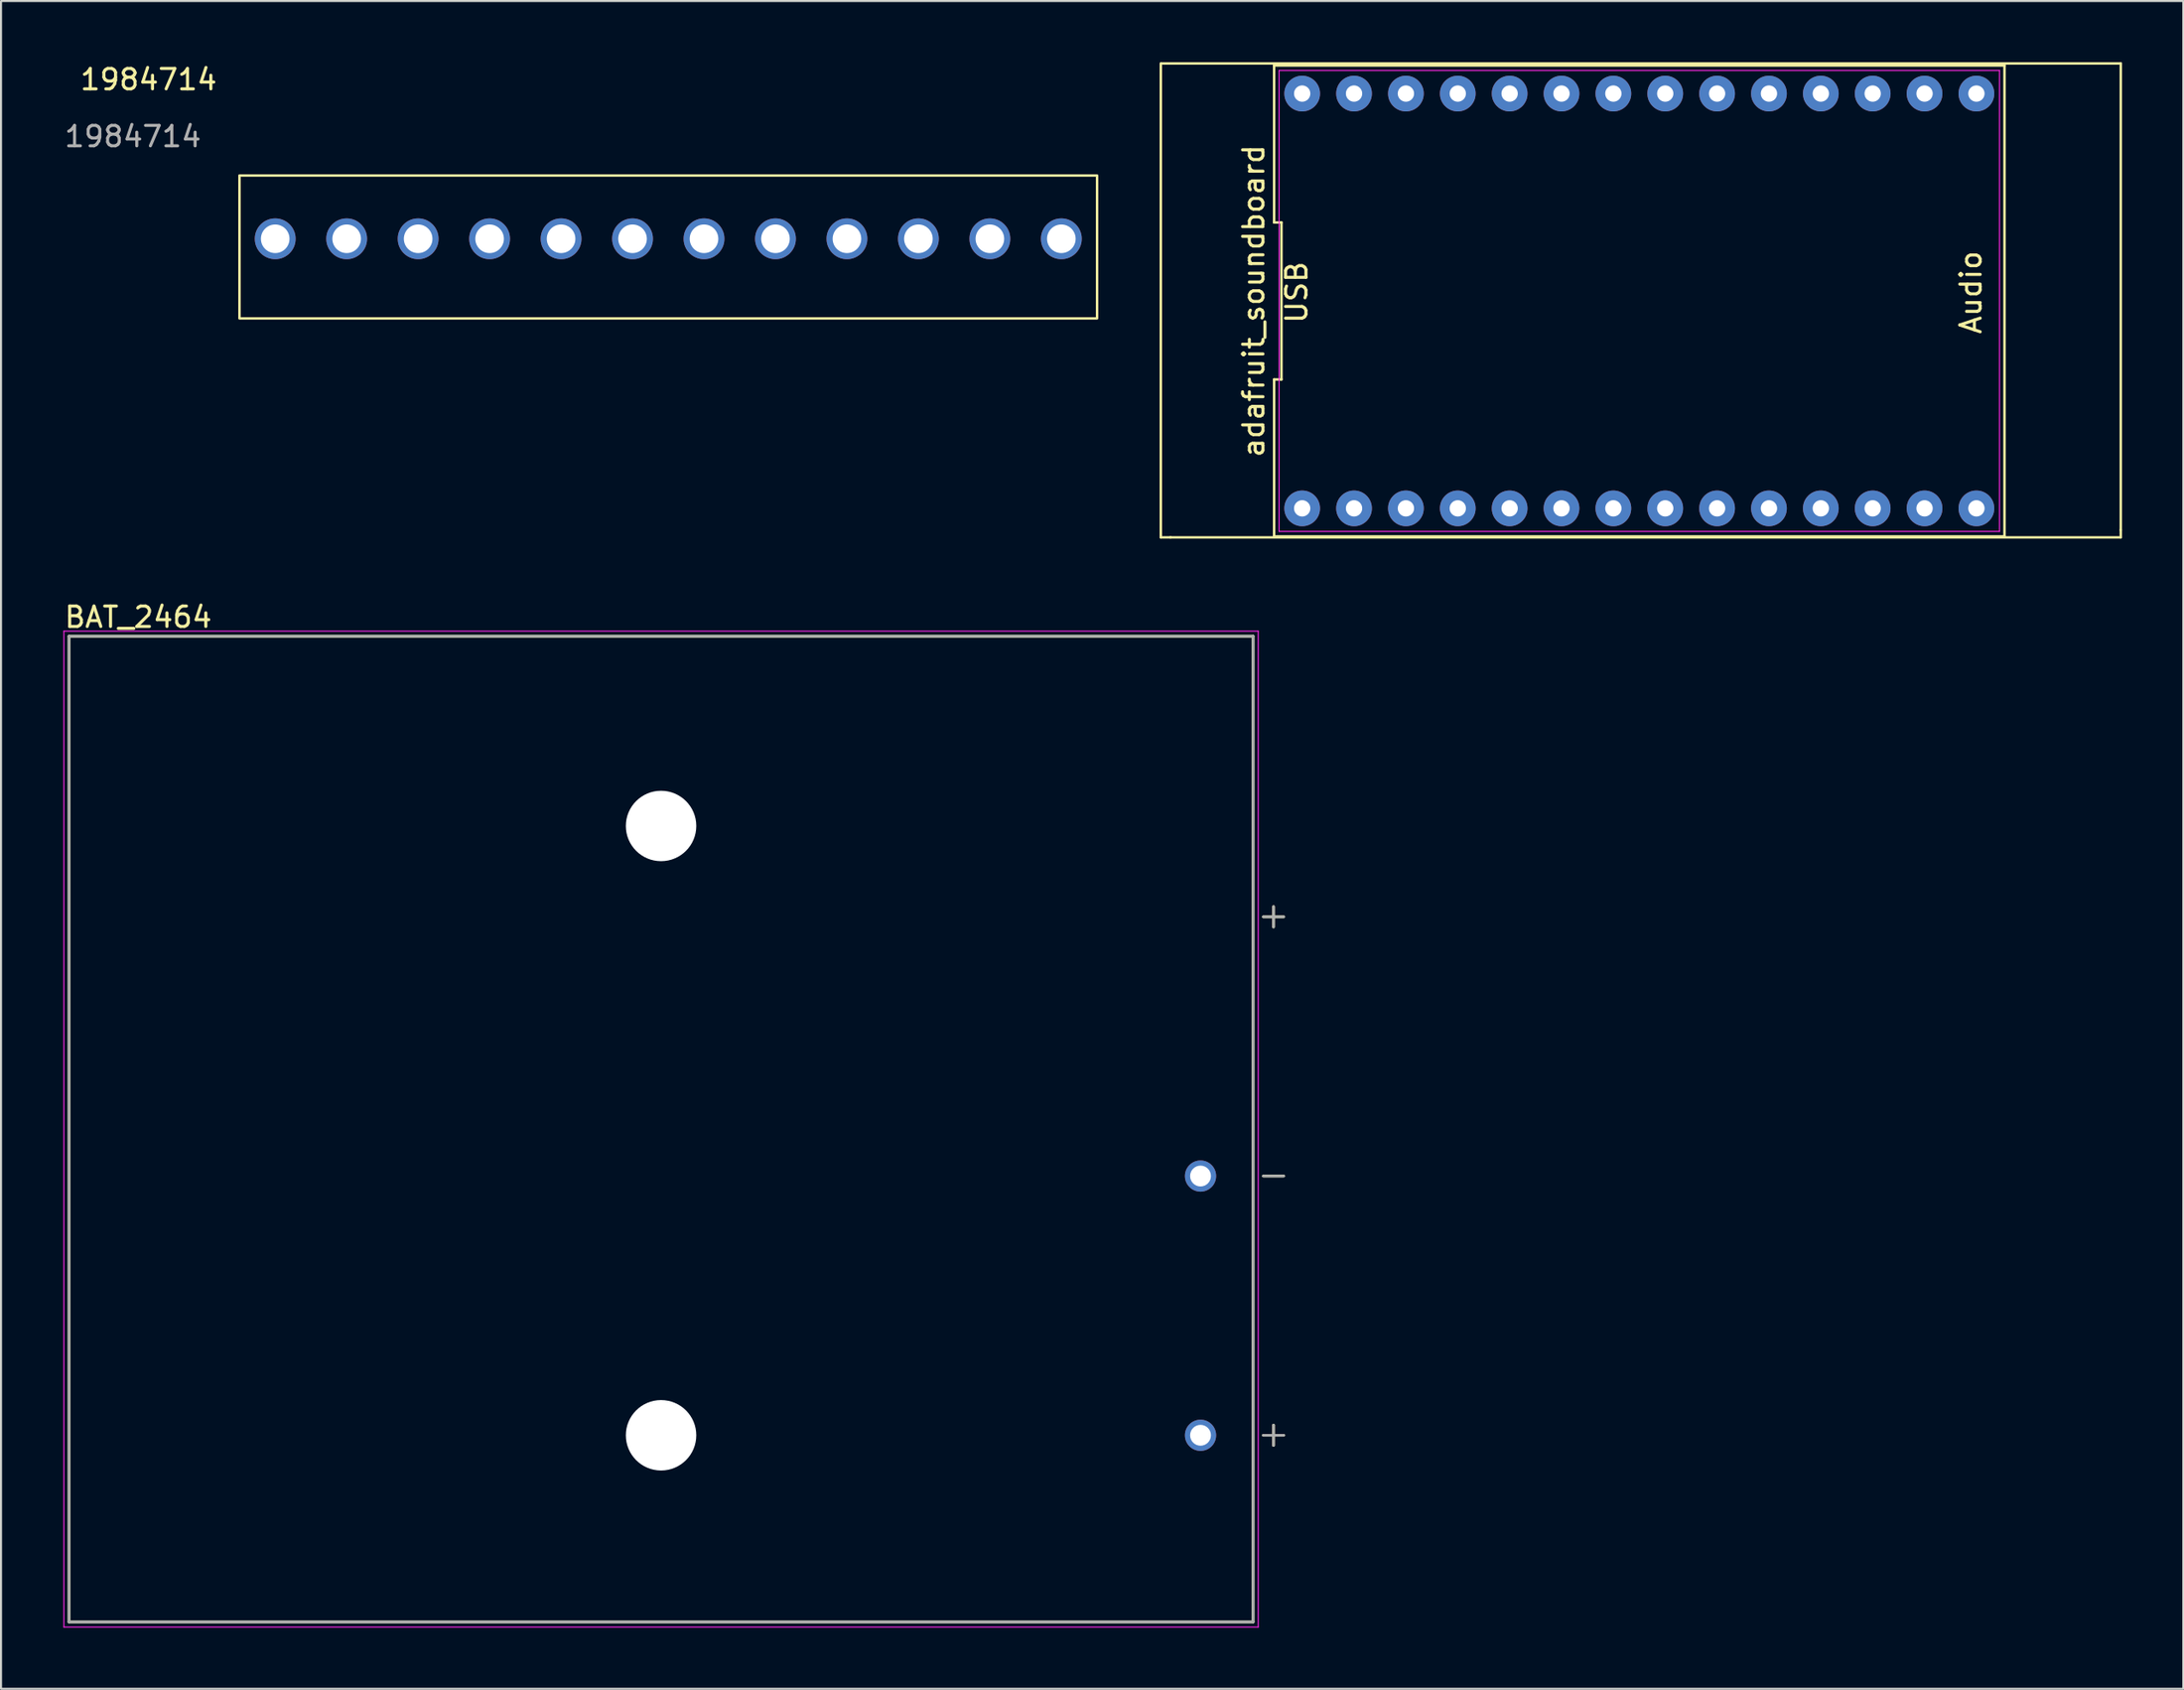
<source format=kicad_pcb>
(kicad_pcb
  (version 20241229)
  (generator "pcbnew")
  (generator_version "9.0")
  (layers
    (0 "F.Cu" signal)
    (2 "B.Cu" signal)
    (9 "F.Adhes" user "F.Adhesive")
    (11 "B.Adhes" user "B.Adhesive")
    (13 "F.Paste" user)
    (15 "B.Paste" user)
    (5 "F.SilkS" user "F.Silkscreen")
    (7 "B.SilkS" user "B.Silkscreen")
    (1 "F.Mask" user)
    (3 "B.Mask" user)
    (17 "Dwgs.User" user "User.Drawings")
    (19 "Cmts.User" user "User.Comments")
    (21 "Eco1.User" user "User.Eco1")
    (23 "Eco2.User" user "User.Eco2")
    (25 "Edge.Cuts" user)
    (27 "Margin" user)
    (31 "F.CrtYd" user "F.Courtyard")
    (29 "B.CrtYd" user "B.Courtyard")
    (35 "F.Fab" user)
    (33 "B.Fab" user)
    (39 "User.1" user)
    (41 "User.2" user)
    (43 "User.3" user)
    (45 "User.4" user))
  (footprint "adafruit_soundboard"
    (layer "F.Cu")
    (at 94.464 10.22)
    (property "Reference" "adafruit_soundboard" (at -36.116 1.474 270) (layer "F.SilkS") (effects (font (size 1 1) (thickness 0.15))))
    (attr through_hole)
    (fp_line (start -40.665 -10.16) (end -40.665 13.056) (stroke (width 0.12) (type solid)) (layer "F.SilkS"))
    (fp_line (start -40.665 13.056) (end -40.183 13.056) (stroke (width 0.12) (type solid)) (layer "F.SilkS"))
    (fp_line (start -40.64 -10.16) (end 6.35 -10.16) (stroke (width 0.12) (type solid)) (layer "F.SilkS"))
    (fp_line (start -35.116 -10.061) (end 0.654 -10.061) (stroke (width 0.12) (type solid)) (layer "F.SilkS"))
    (fp_line (start -35.116 -2.371) (end -35.116 -10.061) (stroke (width 0.12) (type solid)) (layer "F.SilkS"))
    (fp_line (start -35.116 5.319) (end -34.756 5.319) (stroke (width 0.12) (type solid)) (layer "F.SilkS"))
    (fp_line (start -35.116 13.009) (end -35.116 5.319) (stroke (width 0.12) (type solid)) (layer "F.SilkS"))
    (fp_line (start -34.756 -2.371) (end -35.116 -2.371) (stroke (width 0.12) (type solid)) (layer "F.SilkS"))
    (fp_line (start -34.756 5.319) (end -34.756 -2.371) (stroke (width 0.12) (type solid)) (layer "F.SilkS"))
    (fp_line (start 0.654 -10.061) (end 0.654 13.009) (stroke (width 0.12) (type solid)) (layer "F.SilkS"))
    (fp_line (start 0.654 13.009) (end -35.116 13.009) (stroke (width 0.12) (type solid)) (layer "F.SilkS"))
    (fp_line (start 6.35 -10.16) (end 6.35 12.7) (stroke (width 0.12) (type solid)) (layer "F.SilkS"))
    (fp_line (start 6.35 12.687) (end 6.35 13.056) (stroke (width 0.12) (type solid)) (layer "F.SilkS"))
    (fp_line (start 6.35 13.056) (end -40.196 13.056) (stroke (width 0.12) (type solid)) (layer "F.SilkS"))
    (fp_line (start -34.871 -9.816) (end -34.871 12.764) (stroke (width 0.05) (type solid)) (layer "F.CrtYd"))
    (fp_line (start -34.871 12.764) (end 0.409 12.764) (stroke (width 0.05) (type solid)) (layer "F.CrtYd"))
    (fp_line (start 0.409 -9.816) (end -34.871 -9.816) (stroke (width 0.05) (type solid)) (layer "F.CrtYd"))
    (fp_line (start 0.409 12.764) (end 0.409 -9.816) (stroke (width 0.05) (type solid)) (layer "F.CrtYd"))
    (fp_text user "USB" (at -34.011 1.054 90) (layer "F.SilkS") (effects (font (size 1 1) (thickness 0.15))))
    (fp_text user "Audio" (at -0.991 1.054 90) (layer "F.SilkS") (effects (font (size 1 1) (thickness 0.15))))
    (pad "1" thru_hole circle (at -33.741 -8.686 180) (size 1.75 1.75) (drill 0.8) (layers "*.Cu" "*.Mask"))
    (pad "2" thru_hole circle (at -31.201 -8.686 180) (size 1.75 1.75) (drill 0.8) (layers "*.Cu" "*.Mask"))
    (pad "3" thru_hole circle (at -28.661 -8.686 180) (size 1.75 1.75) (drill 0.8) (layers "*.Cu" "*.Mask"))
    (pad "4" thru_hole circle (at -26.121 -8.686 180) (size 1.75 1.75) (drill 0.8) (layers "*.Cu" "*.Mask"))
    (pad "5" thru_hole circle (at -23.581 -8.686 180) (size 1.75 1.75) (drill 0.8) (layers "*.Cu" "*.Mask"))
    (pad "6" thru_hole circle (at -21.041 -8.686 180) (size 1.75 1.75) (drill 0.8) (layers "*.Cu" "*.Mask"))
    (pad "7" thru_hole circle (at -18.501 -8.686 180) (size 1.75 1.75) (drill 0.8) (layers "*.Cu" "*.Mask"))
    (pad "8" thru_hole circle (at -15.961 -8.686 180) (size 1.75 1.75) (drill 0.8) (layers "*.Cu" "*.Mask"))
    (pad "9" thru_hole circle (at -13.421 -8.686 180) (size 1.75 1.75) (drill 0.8) (layers "*.Cu" "*.Mask"))
    (pad "10" thru_hole circle (at -10.881 -8.686 180) (size 1.75 1.75) (drill 0.8) (layers "*.Cu" "*.Mask"))
    (pad "11" thru_hole circle (at -8.341 -8.686 180) (size 1.75 1.75) (drill 0.8) (layers "*.Cu" "*.Mask"))
    (pad "12" thru_hole circle (at -5.801 -8.686 180) (size 1.75 1.75) (drill 0.8) (layers "*.Cu" "*.Mask"))
    (pad "13" thru_hole circle (at -3.261 -8.686 180) (size 1.75 1.75) (drill 0.8) (layers "*.Cu" "*.Mask"))
    (pad "14" thru_hole circle (at -0.721 -8.686 180) (size 1.75 1.75) (drill 0.8) (layers "*.Cu" "*.Mask"))
    (pad "15" thru_hole circle (at -0.721 11.634 180) (size 1.75 1.75) (drill 0.8) (layers "*.Cu" "*.Mask"))
    (pad "16" thru_hole circle (at -3.261 11.634 180) (size 1.75 1.75) (drill 0.8) (layers "*.Cu" "*.Mask"))
    (pad "17" thru_hole circle (at -5.801 11.634 180) (size 1.75 1.75) (drill 0.8) (layers "*.Cu" "*.Mask"))
    (pad "18" thru_hole circle (at -8.341 11.634 180) (size 1.75 1.75) (drill 0.8) (layers "*.Cu" "*.Mask"))
    (pad "19" thru_hole circle (at -10.881 11.634 180) (size 1.75 1.75) (drill 0.8) (layers "*.Cu" "*.Mask"))
    (pad "20" thru_hole circle (at -13.421 11.634 180) (size 1.75 1.75) (drill 0.8) (layers "*.Cu" "*.Mask"))
    (pad "21" thru_hole circle (at -15.961 11.634 180) (size 1.75 1.75) (drill 0.8) (layers "*.Cu" "*.Mask"))
    (pad "22" thru_hole circle (at -18.501 11.634 180) (size 1.75 1.75) (drill 0.8) (layers "*.Cu" "*.Mask"))
    (pad "23" thru_hole circle (at -21.041 11.634 180) (size 1.75 1.75) (drill 0.8) (layers "*.Cu" "*.Mask"))
    (pad "24" thru_hole circle (at -23.581 11.634 180) (size 1.75 1.75) (drill 0.8) (layers "*.Cu" "*.Mask"))
    (pad "25" thru_hole circle (at -26.121 11.634 180) (size 1.75 1.75) (drill 0.8) (layers "*.Cu" "*.Mask"))
    (pad "26" thru_hole circle (at -28.661 11.634 180) (size 1.75 1.75) (drill 0.8) (layers "*.Cu" "*.Mask"))
    (pad "27" thru_hole circle (at -31.201 11.634 180) (size 1.75 1.75) (drill 0.8) (layers "*.Cu" "*.Mask"))
    (pad "28" thru_hole circle (at -33.741 11.634 180) (size 1.75 1.75) (drill 0.8) (layers "*.Cu" "*.Mask")))
  (footprint "1984714"
    (layer "F.Cu")
    (at 10.428 8.648)
    (property "Reference" "1984714" (at -6.2 -7.8 0) (unlocked yes) (layer "F.SilkS") (effects (font (size 1 1) (thickness 0.15))))
    (attr through_hole)
    (fp_rect (start -1.75 3.9) (end 40.25 -3.1) (stroke (width 0.12) (type solid)) (fill no) (layer "F.SilkS"))
    (fp_text user "${REFERENCE}" (at -6.97 -5.01 0) (unlocked yes) (layer "F.Fab") (effects (font (size 1 1) (thickness 0.15))))
    (pad "1" thru_hole circle (at 0 0) (size 2 2) (drill 1.4) (layers "*.Cu" "*.Mask"))
    (pad "2" thru_hole circle (at 3.5 0) (size 2 2) (drill 1.4) (layers "*.Cu" "*.Mask"))
    (pad "3" thru_hole circle (at 7 0) (size 2 2) (drill 1.4) (layers "*.Cu" "*.Mask"))
    (pad "4" thru_hole circle (at 10.5 0) (size 2 2) (drill 1.4) (layers "*.Cu" "*.Mask"))
    (pad "5" thru_hole circle (at 14 0) (size 2 2) (drill 1.4) (layers "*.Cu" "*.Mask"))
    (pad "6" thru_hole circle (at 17.5 0) (size 2 2) (drill 1.4) (layers "*.Cu" "*.Mask"))
    (pad "7" thru_hole circle (at 21 0) (size 2 2) (drill 1.4) (layers "*.Cu" "*.Mask"))
    (pad "8" thru_hole circle (at 24.5 0) (size 2 2) (drill 1.4) (layers "*.Cu" "*.Mask"))
    (pad "9" thru_hole circle (at 28 0) (size 2 2) (drill 1.4) (layers "*.Cu" "*.Mask"))
    (pad "10" thru_hole circle (at 31.5 0) (size 2 2) (drill 1.4) (layers "*.Cu" "*.Mask"))
    (pad "11" thru_hole circle (at 35 0) (size 2 2) (drill 1.4) (layers "*.Cu" "*.Mask"))
    (pad "12" thru_hole circle (at 38.5 0) (size 2 2) (drill 1.4) (layers "*.Cu" "*.Mask")))
  (footprint "BAT_2464"
    (layer "F.Cu")
    (at 29.325 52.264)
    (property "Reference" "BAT_2464" (at -25.605 -25.08 0) (layer "F.SilkS") (effects (font (size 1 1) (thickness 0.15))))
    (attr through_hole)
    (fp_line (start -28.995 -24.145) (end 28.995 -24.145) (stroke (width 0.127) (type solid)) (layer "F.SilkS"))
    (fp_line (start -28.995 24.145) (end -28.995 -24.145) (stroke (width 0.127) (type solid)) (layer "F.SilkS"))
    (fp_line (start 28.995 -24.145) (end 28.995 24.145) (stroke (width 0.127) (type solid)) (layer "F.SilkS"))
    (fp_line (start 28.995 24.145) (end -28.995 24.145) (stroke (width 0.127) (type solid)) (layer "F.SilkS"))
    (fp_line (start 29.495 -10.4) (end 30.495 -10.4) (stroke (width 0.127) (type solid)) (layer "F.SilkS"))
    (fp_line (start 29.495 2.3) (end 30.495 2.3) (stroke (width 0.127) (type solid)) (layer "F.SilkS"))
    (fp_line (start 29.495 15) (end 30.495 15) (stroke (width 0.127) (type solid)) (layer "F.SilkS"))
    (fp_line (start 29.995 -10.9) (end 29.995 -9.9) (stroke (width 0.127) (type solid)) (layer "F.SilkS"))
    (fp_line (start 29.995 14.5) (end 29.995 15.5) (stroke (width 0.127) (type solid)) (layer "F.SilkS"))
    (fp_line (start -29.245 -24.395) (end 29.245 -24.395) (stroke (width 0.05) (type solid)) (layer "F.CrtYd"))
    (fp_line (start -29.245 24.395) (end -29.245 -24.395) (stroke (width 0.05) (type solid)) (layer "F.CrtYd"))
    (fp_line (start 29.245 -24.395) (end 29.245 24.395) (stroke (width 0.05) (type solid)) (layer "F.CrtYd"))
    (fp_line (start 29.245 24.395) (end -29.245 24.395) (stroke (width 0.05) (type solid)) (layer "F.CrtYd"))
    (fp_line (start -28.995 -24.145) (end 28.995 -24.145) (stroke (width 0.127) (type solid)) (layer "F.Fab"))
    (fp_line (start -28.995 24.145) (end -28.995 -24.145) (stroke (width 0.127) (type solid)) (layer "F.Fab"))
    (fp_line (start 28.995 -24.145) (end 28.995 24.145) (stroke (width 0.127) (type solid)) (layer "F.Fab"))
    (fp_line (start 28.995 24.145) (end -28.995 24.145) (stroke (width 0.127) (type solid)) (layer "F.Fab"))
    (fp_line (start 29.495 -10.4) (end 30.495 -10.4) (stroke (width 0.127) (type solid)) (layer "F.Fab"))
    (fp_line (start 29.495 2.3) (end 30.495 2.3) (stroke (width 0.127) (type solid)) (layer "F.Fab"))
    (fp_line (start 29.495 15) (end 30.495 15) (stroke (width 0.127) (type solid)) (layer "F.Fab"))
    (fp_line (start 29.995 -10.9) (end 29.995 -9.9) (stroke (width 0.127) (type solid)) (layer "F.Fab"))
    (fp_line (start 29.995 14.5) (end 29.995 15.5) (stroke (width 0.127) (type solid)) (layer "F.Fab"))
    (pad "" np_thru_hole circle (at 0 -14.85) (size 3.45 3.45) (drill 3.45) (layers "*.Cu" "*.Mask"))
    (pad "" np_thru_hole circle (at 0 15) (size 3.45 3.45) (drill 3.45) (layers "*.Cu" "*.Mask"))
    (pad "N" thru_hole circle (at 26.42 2.3) (size 1.53 1.53) (drill 1.02) (layers "*.Cu" "*.Mask"))
    (pad "P" thru_hole circle (at 26.42 15) (size 1.53 1.53) (drill 1.02) (layers "*.Cu" "*.Mask")))
  (gr_rect
    (start -3 -3)
    (end 103.874 79.684)
    (stroke (width 0.1) (type default))
    (fill no)
    (layer "Edge.Cuts")))
</source>
